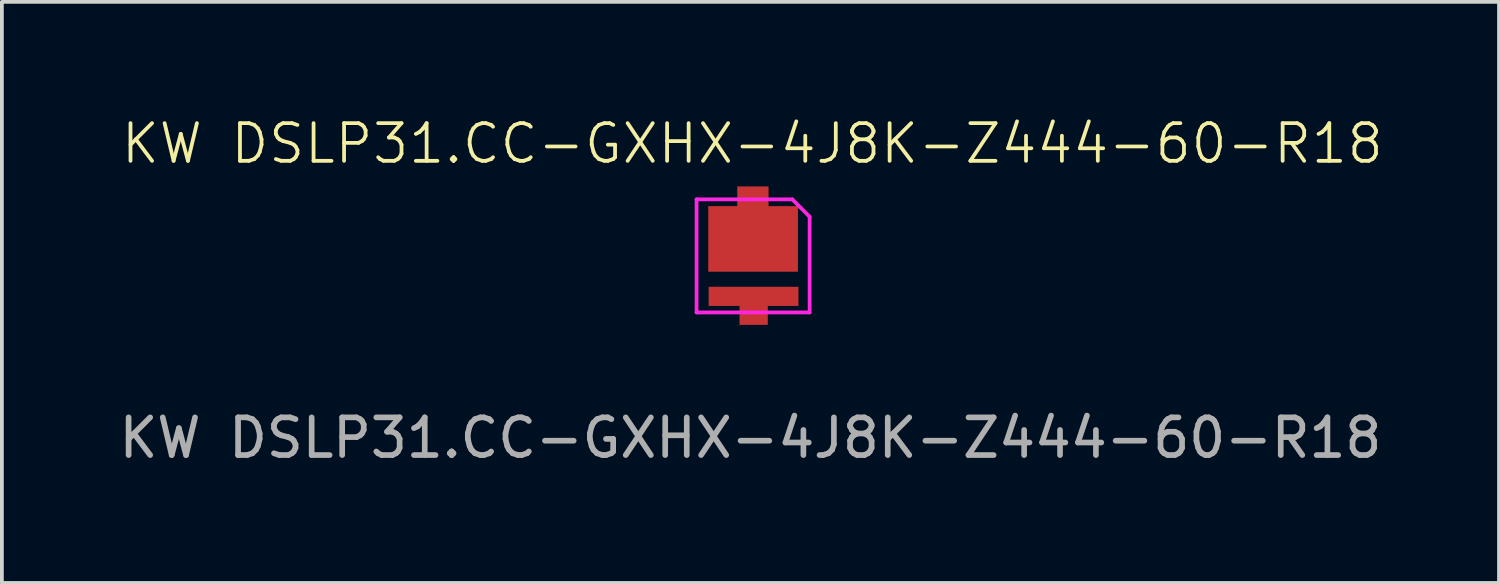
<source format=kicad_pcb>
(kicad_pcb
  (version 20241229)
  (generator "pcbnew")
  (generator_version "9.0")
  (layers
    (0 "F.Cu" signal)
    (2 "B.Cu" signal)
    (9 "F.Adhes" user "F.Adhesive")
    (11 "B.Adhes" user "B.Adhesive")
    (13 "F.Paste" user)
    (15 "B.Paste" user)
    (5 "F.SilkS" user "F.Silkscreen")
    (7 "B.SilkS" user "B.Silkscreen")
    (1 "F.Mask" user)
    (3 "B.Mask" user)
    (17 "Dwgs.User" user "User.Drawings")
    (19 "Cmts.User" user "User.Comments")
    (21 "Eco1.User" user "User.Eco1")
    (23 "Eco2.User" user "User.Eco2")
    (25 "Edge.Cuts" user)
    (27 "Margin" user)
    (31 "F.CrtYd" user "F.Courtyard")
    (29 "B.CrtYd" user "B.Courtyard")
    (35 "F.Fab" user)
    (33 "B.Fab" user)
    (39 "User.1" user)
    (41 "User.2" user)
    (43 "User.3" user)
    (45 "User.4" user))
  (footprint "KW DSLP31.CC-GXHX-4J8K-Z444-60-R18"
    (layer "F.Cu")
    (at 16.933 3.74)
    (property "Reference" "KW DSLP31.CC-GXHX-4J8K-Z444-60-R18" (at -0.02 -2.98 0) (unlocked yes) (layer "F.SilkS") (effects (font (size 1 1) (thickness 0.1))))
    (attr smd)
    (fp_line (start -1.5 -1.5) (end -1.5 1.5) (stroke (width 0.1) (type default)) (layer "F.CrtYd"))
    (fp_line (start -1.5 1.5) (end 1.5 1.5) (stroke (width 0.1) (type default)) (layer "F.CrtYd"))
    (fp_line (start 1.04 -1.5) (end -1.5 -1.5) (stroke (width 0.1) (type default)) (layer "F.CrtYd"))
    (fp_line (start 1.04 -1.5) (end 1.5 -1.04) (stroke (width 0.1) (type default)) (layer "F.CrtYd"))
    (fp_line (start 1.5 1.5) (end 1.5 -1.04) (stroke (width 0.1) (type default)) (layer "F.CrtYd"))
    (fp_text user "${REFERENCE}" (at -0.07 4.83 0) (unlocked yes) (layer "F.Fab") (effects (font (size 1 1) (thickness 0.15))))
    (pad "1" smd rect (at -0.005 -0.752 90) (size 2.183 0.83) (layers "F.Cu" "F.Mask" "F.Paste"))
    (pad "1" smd rect (at 0 -0.45 90) (size 1.74 2.38) (layers "F.Cu" "F.Mask" "F.Paste"))
    (pad "2" smd rect (at 0.012 1.074 90) (size 0.508 2.383) (layers "F.Cu" "F.Mask" "F.Paste"))
    (pad "2" smd rect (at 0.015 1.33 90) (size 1 0.75) (layers "F.Cu" "F.Mask" "F.Paste")))
  (gr_rect
    (start -3 -3)
    (end 36.726 12.419)
    (stroke (width 0.1) (type default))
    (fill no)
    (layer "Edge.Cuts")))
</source>
